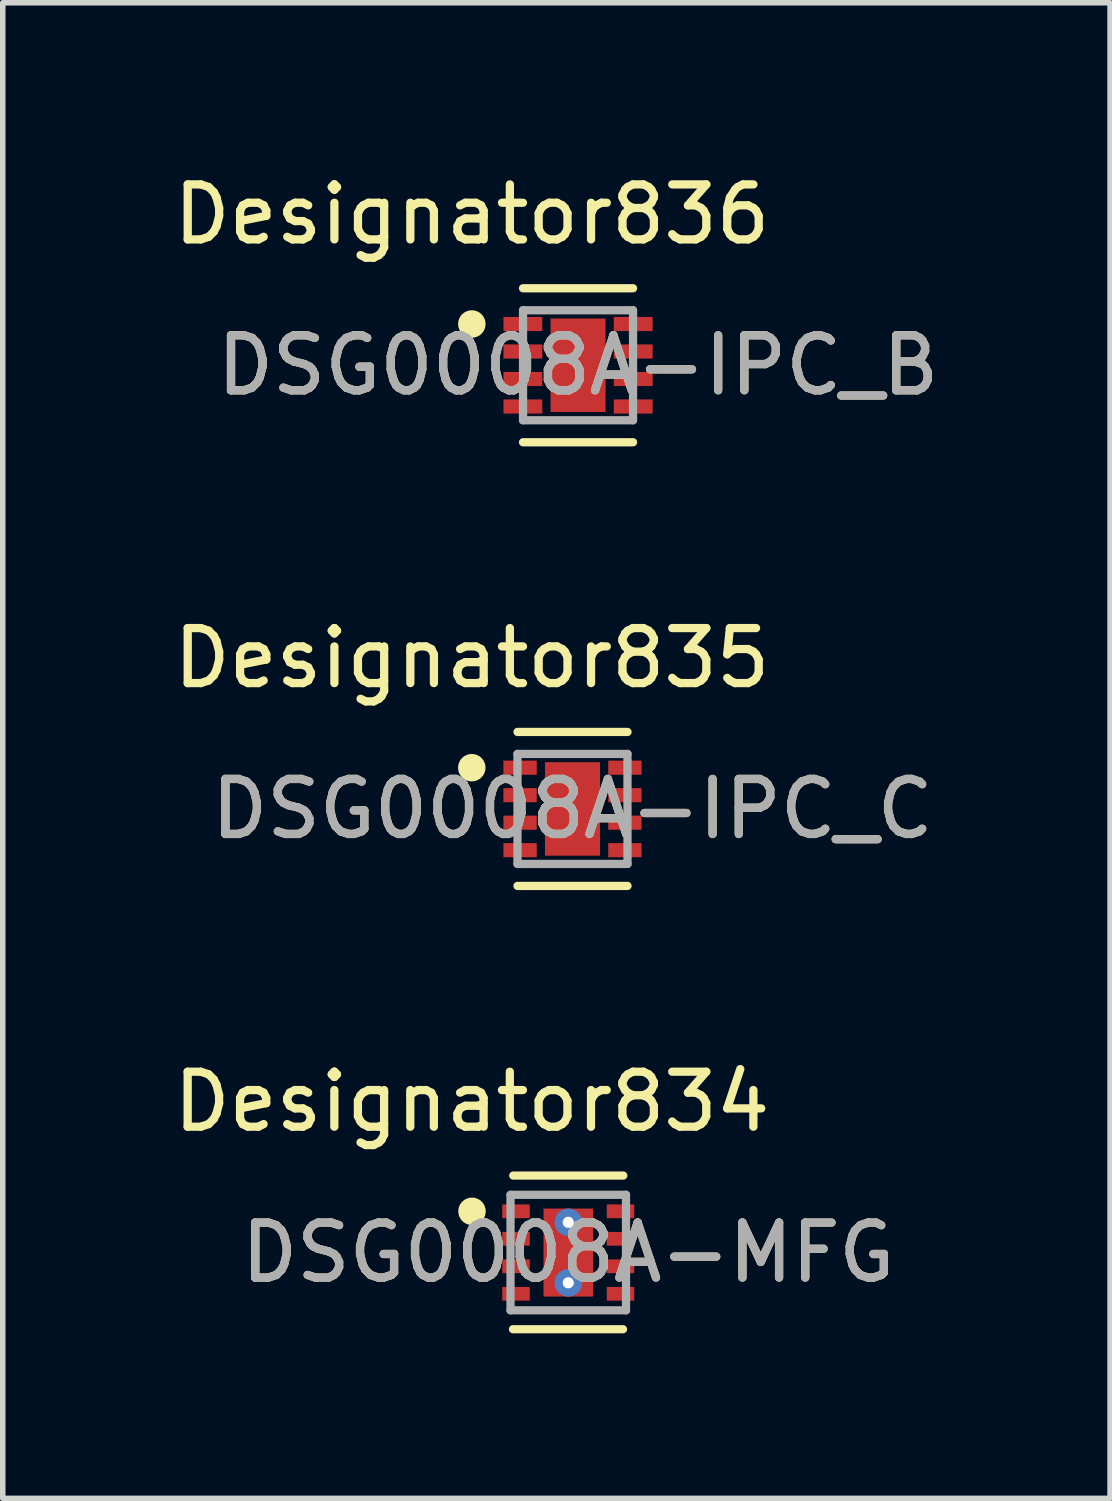
<source format=kicad_pcb>
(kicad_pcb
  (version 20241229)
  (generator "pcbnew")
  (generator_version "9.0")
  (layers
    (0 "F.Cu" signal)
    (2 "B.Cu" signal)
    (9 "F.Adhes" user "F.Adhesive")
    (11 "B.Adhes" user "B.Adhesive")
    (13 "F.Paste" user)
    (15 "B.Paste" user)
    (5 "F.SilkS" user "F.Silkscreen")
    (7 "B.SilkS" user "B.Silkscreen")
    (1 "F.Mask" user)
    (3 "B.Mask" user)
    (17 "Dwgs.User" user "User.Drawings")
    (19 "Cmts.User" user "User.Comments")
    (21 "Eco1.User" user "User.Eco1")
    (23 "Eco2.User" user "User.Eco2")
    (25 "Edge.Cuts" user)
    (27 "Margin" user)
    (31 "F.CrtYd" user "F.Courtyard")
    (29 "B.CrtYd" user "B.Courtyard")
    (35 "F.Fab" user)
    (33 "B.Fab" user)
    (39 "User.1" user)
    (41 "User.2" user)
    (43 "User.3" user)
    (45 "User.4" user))
  (footprint "DSG0008A-IPC_C"
    (layer "F.Cu")
    (at 7.359 11.658)
    (property "Reference" "DSG0008A-IPC_C" (at 0 0 0) (unlocked yes) (layer "F.SilkS") (effects (font (size 1 1) (thickness 0.15))))
    (attr smd)
    (fp_line (start -1 -1.4) (end 1 -1.4) (stroke (width 0.15) (type solid)) (layer "F.SilkS"))
    (fp_line (start -1 1.4) (end 1 1.4) (stroke (width 0.15) (type solid)) (layer "F.SilkS"))
    (fp_circle (center -1.831 -0.75) (end -1.706 -0.75) (stroke (width 0.25) (type solid)) (fill no) (layer "F.SilkS"))
    (fp_poly (pts (xy -0.273 0.623) (xy 0.273 0.623) (xy 0.273 -0.623) (xy -0.273 -0.623)) (stroke (width 0) (type solid)) (fill yes) (layer "F.Paste"))
    (fp_line (start -1 -1) (end 1 -1) (stroke (width 0.15) (type solid)) (layer "F.Fab"))
    (fp_line (start -1 1) (end -1 -1) (stroke (width 0.15) (type solid)) (layer "F.Fab"))
    (fp_line (start -1 1) (end 1 1) (stroke (width 0.15) (type solid)) (layer "F.Fab"))
    (fp_line (start 1 1) (end 1 -1) (stroke (width 0.15) (type solid)) (layer "F.Fab"))
    (fp_text user "Designator835" (at -1.829 -2.743 0) (unlocked yes) (layer "F.SilkS") (effects (font (size 1 1) (thickness 0.15))))
    (fp_text user "${REFERENCE}" (at 0 0 0) (unlocked yes) (layer "F.Fab") (effects (font (size 1 1) (thickness 0.15))))
    (pad "1" smd rect (at -0.953 -0.75) (size 0.606 0.257) (layers "F.Cu" "F.Mask" "F.Paste"))
    (pad "2" smd rect (at -0.953 -0.25) (size 0.606 0.257) (layers "F.Cu" "F.Mask" "F.Paste"))
    (pad "3" smd rect (at -0.953 0.25) (size 0.606 0.257) (layers "F.Cu" "F.Mask" "F.Paste"))
    (pad "4" smd rect (at -0.953 0.75) (size 0.606 0.257) (layers "F.Cu" "F.Mask" "F.Paste"))
    (pad "5" smd rect (at 0.953 0.75) (size 0.606 0.257) (layers "F.Cu" "F.Mask" "F.Paste"))
    (pad "6" smd rect (at 0.953 0.25) (size 0.606 0.257) (layers "F.Cu" "F.Mask" "F.Paste"))
    (pad "7" smd rect (at 0.953 -0.25) (size 0.606 0.257) (layers "F.Cu" "F.Mask" "F.Paste"))
    (pad "8" smd rect (at 0.953 -0.75) (size 0.606 0.257) (layers "F.Cu" "F.Mask" "F.Paste"))
    (pad "9" smd rect (at 0 0) (size 1 1.7) (layers "F.Cu" "F.Mask")))
  (footprint "DSG0008A-IPC_B"
    (layer "F.Cu")
    (at 7.46 3.591)
    (property "Reference" "DSG0008A-IPC_B" (at 0 0 0) (unlocked yes) (layer "F.SilkS") (effects (font (size 1 1) (thickness 0.15))))
    (attr smd)
    (fp_line (start -1 -1.4) (end 1 -1.4) (stroke (width 0.15) (type solid)) (layer "F.SilkS"))
    (fp_line (start -1 1.4) (end 1 1.4) (stroke (width 0.15) (type solid)) (layer "F.SilkS"))
    (fp_circle (center -1.931 -0.75) (end -1.806 -0.75) (stroke (width 0.25) (type solid)) (fill no) (layer "F.SilkS"))
    (fp_poly (pts (xy -0.273 0.623) (xy 0.273 0.623) (xy 0.273 -0.623) (xy -0.273 -0.623)) (stroke (width 0) (type solid)) (fill yes) (layer "F.Paste"))
    (fp_line (start -1 -1) (end 1 -1) (stroke (width 0.15) (type solid)) (layer "F.Fab"))
    (fp_line (start -1 1) (end -1 -1) (stroke (width 0.15) (type solid)) (layer "F.Fab"))
    (fp_line (start -1 1) (end 1 1) (stroke (width 0.15) (type solid)) (layer "F.Fab"))
    (fp_line (start 1 1) (end 1 -1) (stroke (width 0.15) (type solid)) (layer "F.Fab"))
    (fp_text user "Designator836" (at -1.93 -2.743 0) (unlocked yes) (layer "F.SilkS") (effects (font (size 1 1) (thickness 0.15))))
    (fp_text user "${REFERENCE}" (at 0 0 0) (unlocked yes) (layer "F.Fab") (effects (font (size 1 1) (thickness 0.15))))
    (pad "1" smd rect (at -1.003 -0.75) (size 0.706 0.257) (layers "F.Cu" "F.Mask" "F.Paste"))
    (pad "2" smd rect (at -1.003 -0.25) (size 0.706 0.257) (layers "F.Cu" "F.Mask" "F.Paste"))
    (pad "3" smd rect (at -1.003 0.25) (size 0.706 0.257) (layers "F.Cu" "F.Mask" "F.Paste"))
    (pad "4" smd rect (at -1.003 0.75) (size 0.706 0.257) (layers "F.Cu" "F.Mask" "F.Paste"))
    (pad "5" smd rect (at 1.003 0.75) (size 0.706 0.257) (layers "F.Cu" "F.Mask" "F.Paste"))
    (pad "6" smd rect (at 1.003 0.25) (size 0.706 0.257) (layers "F.Cu" "F.Mask" "F.Paste"))
    (pad "7" smd rect (at 1.003 -0.25) (size 0.706 0.257) (layers "F.Cu" "F.Mask" "F.Paste"))
    (pad "8" smd rect (at 1.003 -0.75) (size 0.706 0.257) (layers "F.Cu" "F.Mask" "F.Paste"))
    (pad "9" smd rect (at 0 0) (size 1 1.7) (layers "F.Cu" "F.Mask")))
  (footprint "DSG0008A-MFG"
    (layer "F.Cu")
    (at 7.282 19.724)
    (property "Reference" "DSG0008A-MFG" (at 0 0 0) (unlocked yes) (layer "F.SilkS") (effects (font (size 1 1) (thickness 0.15))))
    (attr smd)
    (fp_line (start -1.005 1.394) (end 0.995 1.394) (stroke (width 0.15) (type solid)) (layer "F.SilkS"))
    (fp_line (start -1 -1.4) (end 1 -1.4) (stroke (width 0.15) (type solid)) (layer "F.SilkS"))
    (fp_circle (center -1.75 -0.75) (end -1.625 -0.75) (stroke (width 0.25) (type solid)) (fill no) (layer "F.SilkS"))
    (fp_poly (pts (xy -0.45 -0.75) (xy -0.4 -0.8) (xy 0.4 -0.8) (xy 0.45 -0.75) (xy 0.45 -0.15) (xy 0.4 -0.1) (xy -0.4 -0.1) (xy -0.45 -0.15)) (stroke (width 0) (type solid)) (fill yes) (layer "F.Paste"))
    (fp_poly (pts (xy -0.45 0.15) (xy -0.4 0.1) (xy 0.4 0.1) (xy 0.45 0.15) (xy 0.45 0.75) (xy 0.4 0.8) (xy -0.4 0.8) (xy -0.45 0.75)) (stroke (width 0) (type solid)) (fill yes) (layer "F.Paste"))
    (fp_line (start -1.05 -1.05) (end 1.05 -1.05) (stroke (width 0.15) (type solid)) (layer "F.Fab"))
    (fp_line (start -1.05 1.05) (end -1.05 -1.05) (stroke (width 0.15) (type solid)) (layer "F.Fab"))
    (fp_line (start -1.05 1.05) (end 1.05 1.05) (stroke (width 0.15) (type solid)) (layer "F.Fab"))
    (fp_line (start 1.05 1.05) (end 1.05 -1.05) (stroke (width 0.15) (type solid)) (layer "F.Fab"))
    (fp_text user "Designator834" (at -1.753 -2.743 0) (unlocked yes) (layer "F.SilkS") (effects (font (size 1 1) (thickness 0.15))))
    (fp_text user "${REFERENCE}" (at 0 0 0) (unlocked yes) (layer "F.Fab") (effects (font (size 1 1) (thickness 0.15))))
    (pad "1" smd rect (at -0.95 -0.75) (size 0.5 0.25) (layers "F.Cu" "F.Mask" "F.Paste"))
    (pad "2" smd rect (at -0.95 -0.25) (size 0.5 0.25) (layers "F.Cu" "F.Mask" "F.Paste"))
    (pad "3" smd rect (at -0.95 0.25) (size 0.5 0.25) (layers "F.Cu" "F.Mask" "F.Paste"))
    (pad "4" smd rect (at -0.95 0.75) (size 0.5 0.25) (layers "F.Cu" "F.Mask" "F.Paste"))
    (pad "5" smd rect (at 0.95 0.75) (size 0.5 0.25) (layers "F.Cu" "F.Mask" "F.Paste"))
    (pad "6" smd rect (at 0.95 0.25) (size 0.5 0.25) (layers "F.Cu" "F.Mask" "F.Paste"))
    (pad "7" smd rect (at 0.95 -0.25) (size 0.5 0.25) (layers "F.Cu" "F.Mask" "F.Paste"))
    (pad "8" smd rect (at 0.95 -0.75) (size 0.5 0.25) (layers "F.Cu" "F.Mask" "F.Paste"))
    (pad "9" smd rect (at 0 0) (size 0.9 1.6) (layers "F.Cu" "F.Mask"))
    (pad "10" thru_hole circle (at 0 0.55) (size 0.5 0.5) (drill 0.203) (layers "*.Cu" "*.Mask"))
    (pad "11" thru_hole circle (at 0 -0.55) (size 0.5 0.5) (drill 0.203) (layers "*.Cu" "*.Mask")))
  (gr_rect
    (start -3 -3)
    (end 17.133 24.193)
    (stroke (width 0.1) (type default))
    (fill no)
    (layer "Edge.Cuts")))
</source>
